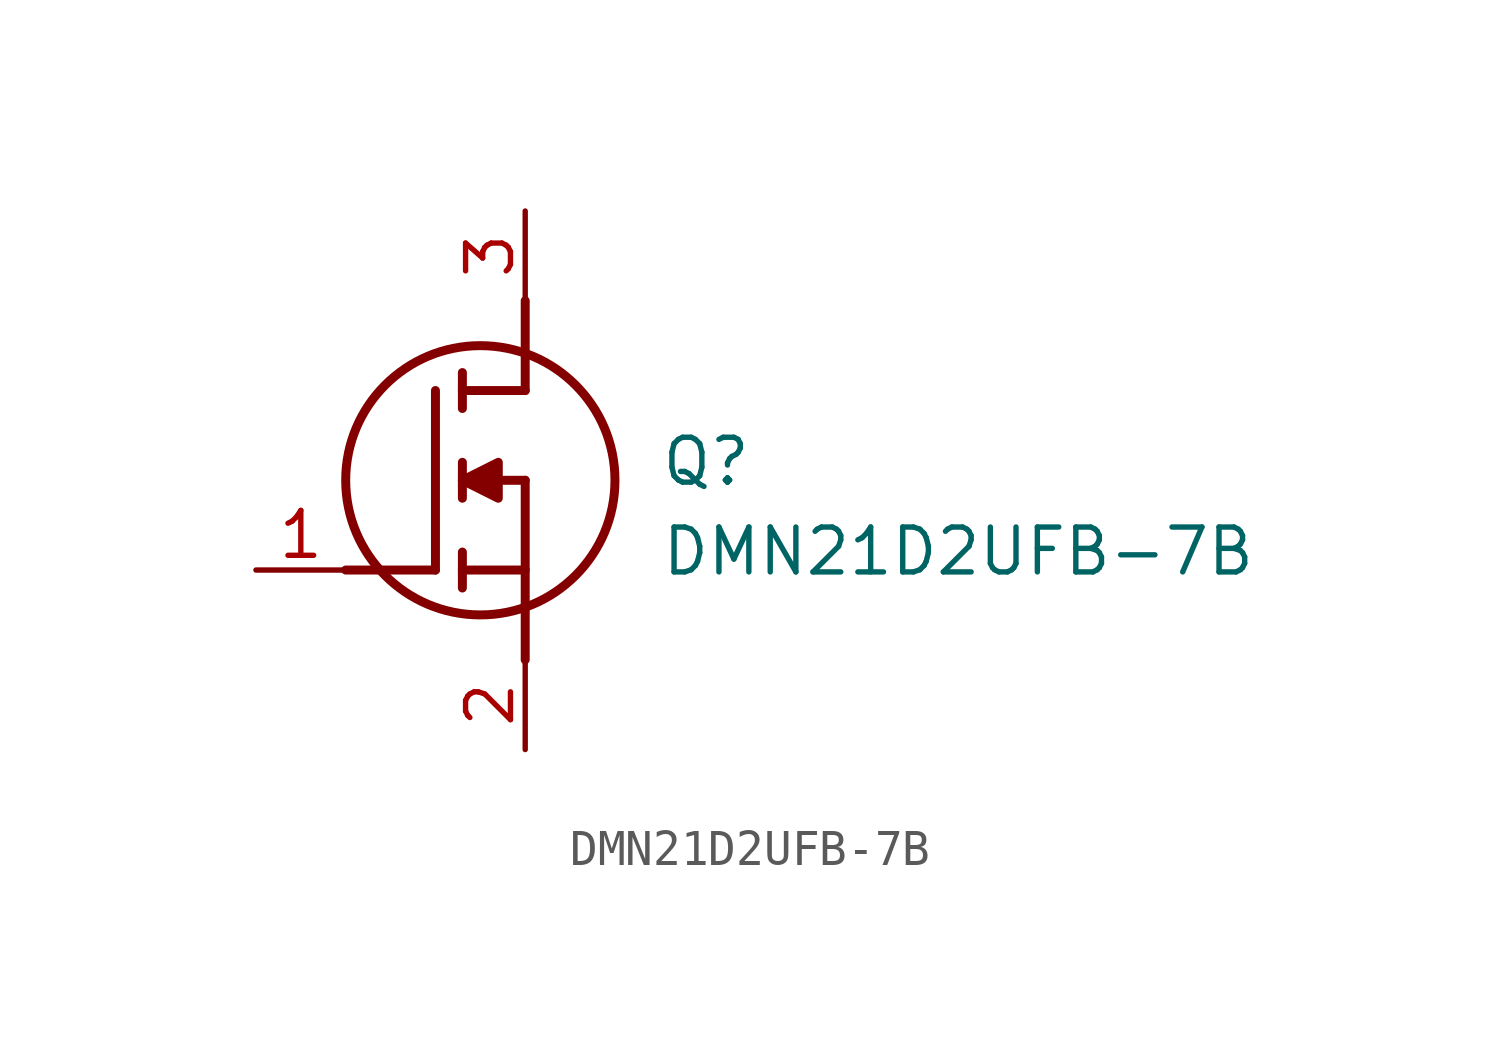
<source format=kicad_sym>
(kicad_symbol_lib
  (version 20231120)
  (generator "kicad_symbol_editor")
  (generator_version "8.0")
  (symbol "DMN21D2UFB-7B"
    (pin_names hide)
    (property "Reference" "Q"
      (at 11.43 3.81 0)
      (effects (font (size 1.27 1.27)) (justify left top)))
    (property "Value" "DMN21D2UFB-7B"
      (at 11.43 1.27 0)
      (effects (font (size 1.27 1.27)) (justify left top)))
    (symbol "DMN21D2UFB-7B_1_1"
      (polyline (pts (xy 2.54 0) (xy 5.08 0)) (stroke (width 0.254) (type default)) (fill (type none)))
      (polyline (pts (xy 5.08 5.08) (xy 5.08 0)) (stroke (width 0.254) (type default)) (fill (type none)))
      (polyline (pts (xy 5.842 -0.508) (xy 5.842 0.508)) (stroke (width 0.254) (type default)) (fill (type none)))
      (polyline (pts (xy 5.842 0) (xy 7.62 0)) (stroke (width 0.254) (type default)) (fill (type none)))
      (polyline (pts (xy 5.842 2.032) (xy 5.842 3.048)) (stroke (width 0.254) (type default)) (fill (type none)))
      (polyline (pts (xy 5.842 5.588) (xy 5.842 4.572)) (stroke (width 0.254) (type default)) (fill (type none)))
      (polyline (pts (xy 7.62 2.54) (xy 5.842 2.54)) (stroke (width 0.254) (type default)) (fill (type none)))
      (polyline (pts (xy 7.62 2.54) (xy 7.62 -2.54)) (stroke (width 0.254) (type default)) (fill (type none)))
      (polyline (pts (xy 7.62 5.08) (xy 5.842 5.08)) (stroke (width 0.254) (type default)) (fill (type none)))
      (polyline (pts (xy 7.62 5.08) (xy 7.62 7.62)) (stroke (width 0.254) (type default)) (fill (type none)))
      (polyline (pts (xy 5.842 2.54) (xy 6.858 3.048) (xy 6.858 2.032) (xy 5.842 2.54)) (stroke (width 0.254) (type default)) (fill (type outline)))
      (circle (center 6.35 2.54) (radius 3.81) (stroke (width 0.254) (type default)) (fill (type none)))
      (pin passive line (at 0 0 0) (length 2.54) (name "G" (effects (font (size 1.27 1.27)))) (number "1" (effects (font (size 1.27 1.27)))))
      (pin passive line (at 7.62 -5.08 90) (length 2.54) (name "S" (effects (font (size 1.27 1.27)))) (number "2" (effects (font (size 1.27 1.27)))))
      (pin passive line (at 7.62 10.16 270) (length 2.54) (name "D" (effects (font (size 1.27 1.27)))) (number "3" (effects (font (size 1.27 1.27))))))))
</source>
